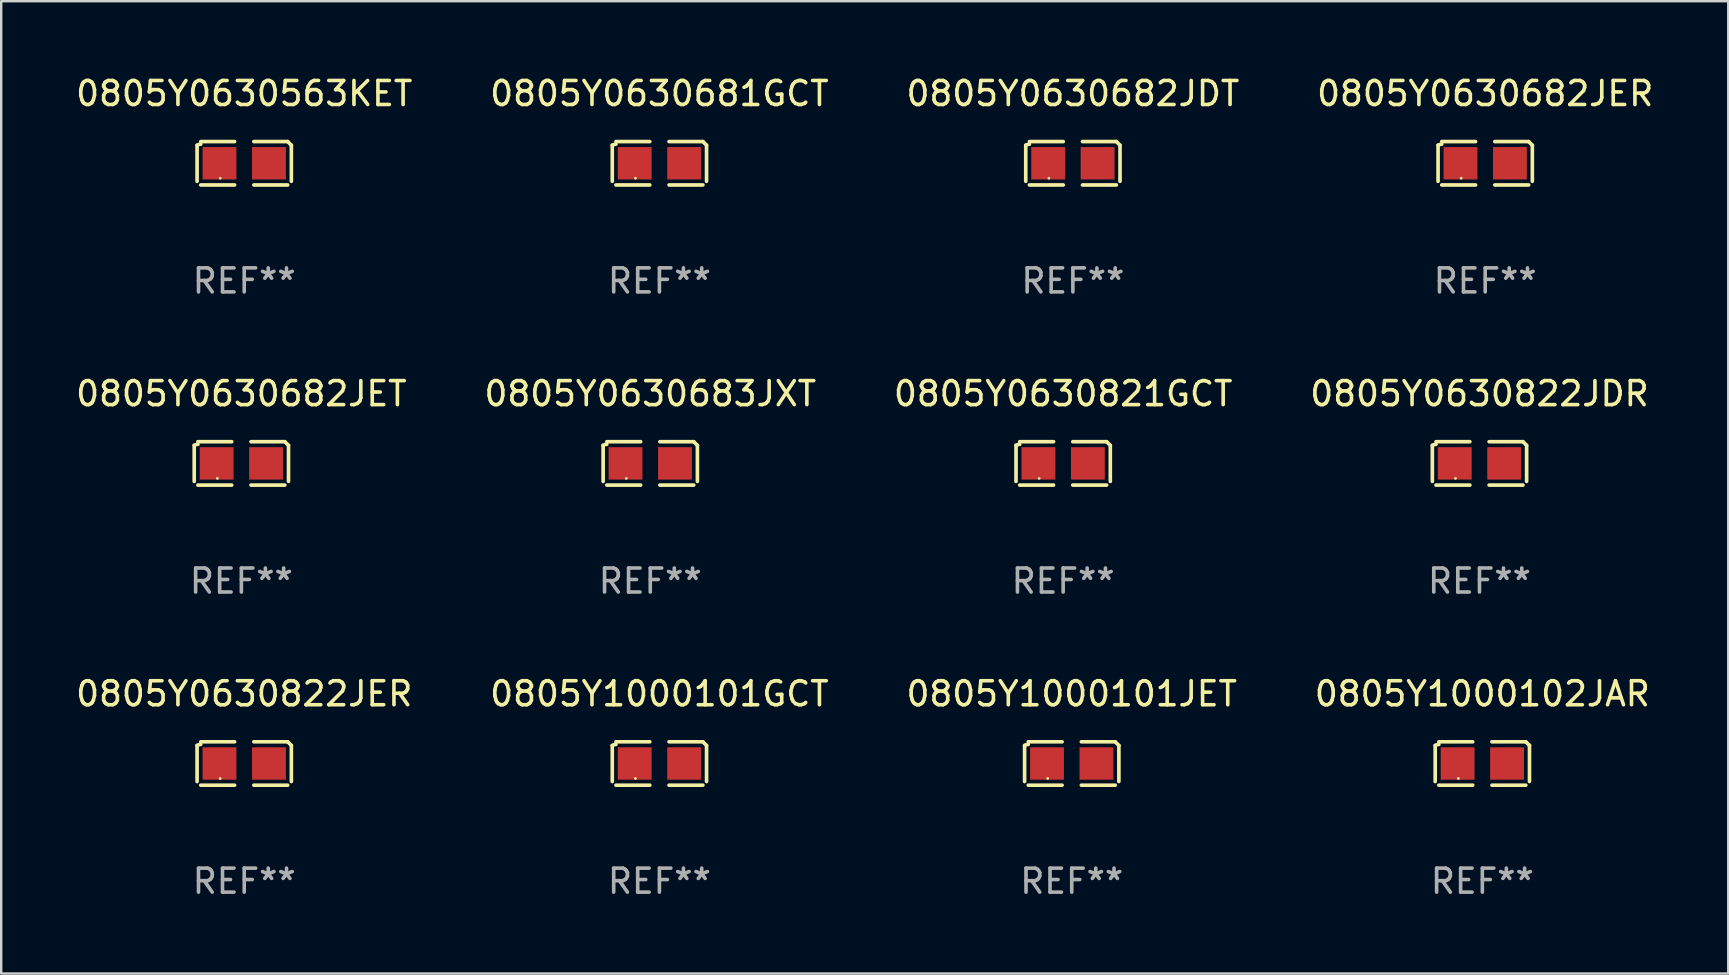
<source format=kicad_pcb>
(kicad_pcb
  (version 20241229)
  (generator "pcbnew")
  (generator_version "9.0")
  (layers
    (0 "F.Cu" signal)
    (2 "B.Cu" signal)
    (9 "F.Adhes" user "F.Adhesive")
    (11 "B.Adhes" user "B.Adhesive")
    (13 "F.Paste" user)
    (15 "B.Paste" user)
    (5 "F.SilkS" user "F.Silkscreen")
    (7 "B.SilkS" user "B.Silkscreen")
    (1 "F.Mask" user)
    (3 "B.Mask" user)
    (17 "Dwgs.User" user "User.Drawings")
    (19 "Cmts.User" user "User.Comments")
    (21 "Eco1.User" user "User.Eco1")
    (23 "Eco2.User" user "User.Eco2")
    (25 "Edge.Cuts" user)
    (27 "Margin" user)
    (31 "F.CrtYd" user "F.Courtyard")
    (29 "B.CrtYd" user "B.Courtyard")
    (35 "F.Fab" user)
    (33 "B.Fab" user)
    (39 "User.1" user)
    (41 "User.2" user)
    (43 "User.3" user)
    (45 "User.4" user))
  (footprint "0805Y0630683JXT"
    (layer "F.Cu")
    (at 24.042 16.256)
    (property "Reference" "0805Y0630683JXT" (at 0 -2.904 0) (layer "F.SilkS") (effects (font (size 1 1) (thickness 0.15))))
    (attr through_hole)
    (fp_line (start -1.964 0.751) (end -1.964 -0.751) (stroke (width 0.152) (type solid)) (layer "F.SilkS"))
    (fp_line (start -1.811 -0.904) (end -0.401 -0.904) (stroke (width 0.152) (type solid)) (layer "F.SilkS"))
    (fp_line (start -0.401 0.904) (end -1.811 0.904) (stroke (width 0.152) (type solid)) (layer "F.SilkS"))
    (fp_line (start 0.401 0.904) (end 1.811 0.904) (stroke (width 0.152) (type solid)) (layer "F.SilkS"))
    (fp_line (start 1.811 -0.904) (end 0.401 -0.904) (stroke (width 0.152) (type solid)) (layer "F.SilkS"))
    (fp_line (start 1.964 0.751) (end 1.964 -0.751) (stroke (width 0.152) (type solid)) (layer "F.SilkS"))
    (fp_arc (start -1.963602 -0.751207) (mid -1.890354 -0.783131) (end -1.811201 -0.794044) (stroke (width 0.1524) (type solid)) (layer "F.SilkS"))
    (fp_arc (start 1.811202 -0.903607) (mid 1.887413 -0.827418) (end 1.963602 -0.751207) (stroke (width 0.1524) (type solid)) (layer "F.SilkS"))
    (fp_circle (center -1 0.625) (end -0.97 0.625) (stroke (width 0.06) (type solid)) (fill no) (layer "F.SilkS"))
    (fp_text user "REF**" (at 0 4.904 0) (layer "F.Fab") (effects (font (size 1 1) (thickness 0.15))))
    (pad "1" smd rect (at -1.03 0) (size 1.41 1.35) (layers "F.Cu" "F.Mask" "F.Paste"))
    (pad "2" smd rect (at 1.03 0) (size 1.41 1.35) (layers "F.Cu" "F.Mask" "F.Paste")))
  (footprint "0805Y0630822JER"
    (layer "F.Cu")
    (at 7.125 28.759)
    (property "Reference" "0805Y0630822JER" (at 0 -2.904 0) (layer "F.SilkS") (effects (font (size 1 1) (thickness 0.15))))
    (attr through_hole)
    (fp_line (start -1.964 0.751) (end -1.964 -0.751) (stroke (width 0.152) (type solid)) (layer "F.SilkS"))
    (fp_line (start -1.811 -0.904) (end -0.401 -0.904) (stroke (width 0.152) (type solid)) (layer "F.SilkS"))
    (fp_line (start -0.401 0.904) (end -1.811 0.904) (stroke (width 0.152) (type solid)) (layer "F.SilkS"))
    (fp_line (start 0.401 0.904) (end 1.811 0.904) (stroke (width 0.152) (type solid)) (layer "F.SilkS"))
    (fp_line (start 1.811 -0.904) (end 0.401 -0.904) (stroke (width 0.152) (type solid)) (layer "F.SilkS"))
    (fp_line (start 1.964 0.751) (end 1.964 -0.751) (stroke (width 0.152) (type solid)) (layer "F.SilkS"))
    (fp_arc (start -1.963602 -0.751207) (mid -1.890354 -0.783131) (end -1.811201 -0.794044) (stroke (width 0.1524) (type solid)) (layer "F.SilkS"))
    (fp_arc (start 1.811202 -0.903607) (mid 1.887413 -0.827418) (end 1.963602 -0.751207) (stroke (width 0.1524) (type solid)) (layer "F.SilkS"))
    (fp_circle (center -1 0.625) (end -0.97 0.625) (stroke (width 0.06) (type solid)) (fill no) (layer "F.SilkS"))
    (fp_text user "REF**" (at 0 4.904 0) (layer "F.Fab") (effects (font (size 1 1) (thickness 0.15))))
    (pad "1" smd rect (at -1.03 0) (size 1.41 1.35) (layers "F.Cu" "F.Mask" "F.Paste"))
    (pad "2" smd rect (at 1.03 0) (size 1.41 1.35) (layers "F.Cu" "F.Mask" "F.Paste")))
  (footprint "0805Y0630563KET"
    (layer "F.Cu")
    (at 7.125 3.752)
    (property "Reference" "0805Y0630563KET" (at 0 -2.904 0) (layer "F.SilkS") (effects (font (size 1 1) (thickness 0.15))))
    (attr through_hole)
    (fp_line (start -1.964 0.751) (end -1.964 -0.751) (stroke (width 0.152) (type solid)) (layer "F.SilkS"))
    (fp_line (start -1.811 -0.904) (end -0.401 -0.904) (stroke (width 0.152) (type solid)) (layer "F.SilkS"))
    (fp_line (start -0.401 0.904) (end -1.811 0.904) (stroke (width 0.152) (type solid)) (layer "F.SilkS"))
    (fp_line (start 0.401 0.904) (end 1.811 0.904) (stroke (width 0.152) (type solid)) (layer "F.SilkS"))
    (fp_line (start 1.811 -0.904) (end 0.401 -0.904) (stroke (width 0.152) (type solid)) (layer "F.SilkS"))
    (fp_line (start 1.964 0.751) (end 1.964 -0.751) (stroke (width 0.152) (type solid)) (layer "F.SilkS"))
    (fp_arc (start -1.963602 -0.751207) (mid -1.890354 -0.783131) (end -1.811201 -0.794044) (stroke (width 0.1524) (type solid)) (layer "F.SilkS"))
    (fp_arc (start 1.811202 -0.903607) (mid 1.887413 -0.827418) (end 1.963602 -0.751207) (stroke (width 0.1524) (type solid)) (layer "F.SilkS"))
    (fp_circle (center -1 0.625) (end -0.97 0.625) (stroke (width 0.06) (type solid)) (fill no) (layer "F.SilkS"))
    (fp_text user "REF**" (at 0 4.904 0) (layer "F.Fab") (effects (font (size 1 1) (thickness 0.15))))
    (pad "1" smd rect (at -1.03 0) (size 1.41 1.35) (layers "F.Cu" "F.Mask" "F.Paste"))
    (pad "2" smd rect (at 1.03 0) (size 1.41 1.35) (layers "F.Cu" "F.Mask" "F.Paste")))
  (footprint "0805Y0630682JDT"
    (layer "F.Cu")
    (at 41.649 3.752)
    (property "Reference" "0805Y0630682JDT" (at 0 -2.904 0) (layer "F.SilkS") (effects (font (size 1 1) (thickness 0.15))))
    (attr through_hole)
    (fp_line (start -1.964 0.751) (end -1.964 -0.751) (stroke (width 0.152) (type solid)) (layer "F.SilkS"))
    (fp_line (start -1.811 -0.904) (end -0.401 -0.904) (stroke (width 0.152) (type solid)) (layer "F.SilkS"))
    (fp_line (start -0.401 0.904) (end -1.811 0.904) (stroke (width 0.152) (type solid)) (layer "F.SilkS"))
    (fp_line (start 0.401 0.904) (end 1.811 0.904) (stroke (width 0.152) (type solid)) (layer "F.SilkS"))
    (fp_line (start 1.811 -0.904) (end 0.401 -0.904) (stroke (width 0.152) (type solid)) (layer "F.SilkS"))
    (fp_line (start 1.964 0.751) (end 1.964 -0.751) (stroke (width 0.152) (type solid)) (layer "F.SilkS"))
    (fp_arc (start -1.963602 -0.751207) (mid -1.890354 -0.783131) (end -1.811201 -0.794044) (stroke (width 0.1524) (type solid)) (layer "F.SilkS"))
    (fp_arc (start 1.811202 -0.903607) (mid 1.887413 -0.827418) (end 1.963602 -0.751207) (stroke (width 0.1524) (type solid)) (layer "F.SilkS"))
    (fp_circle (center -1 0.625) (end -0.97 0.625) (stroke (width 0.06) (type solid)) (fill no) (layer "F.SilkS"))
    (fp_text user "REF**" (at 0 4.904 0) (layer "F.Fab") (effects (font (size 1 1) (thickness 0.15))))
    (pad "1" smd rect (at -1.03 0) (size 1.41 1.35) (layers "F.Cu" "F.Mask" "F.Paste"))
    (pad "2" smd rect (at 1.03 0) (size 1.41 1.35) (layers "F.Cu" "F.Mask" "F.Paste")))
  (footprint "0805Y0630682JER"
    (layer "F.Cu")
    (at 58.827 3.752)
    (property "Reference" "0805Y0630682JER" (at 0 -2.904 0) (layer "F.SilkS") (effects (font (size 1 1) (thickness 0.15))))
    (attr through_hole)
    (fp_line (start -1.964 0.751) (end -1.964 -0.751) (stroke (width 0.152) (type solid)) (layer "F.SilkS"))
    (fp_line (start -1.811 -0.904) (end -0.401 -0.904) (stroke (width 0.152) (type solid)) (layer "F.SilkS"))
    (fp_line (start -0.401 0.904) (end -1.811 0.904) (stroke (width 0.152) (type solid)) (layer "F.SilkS"))
    (fp_line (start 0.401 0.904) (end 1.811 0.904) (stroke (width 0.152) (type solid)) (layer "F.SilkS"))
    (fp_line (start 1.811 -0.904) (end 0.401 -0.904) (stroke (width 0.152) (type solid)) (layer "F.SilkS"))
    (fp_line (start 1.964 0.751) (end 1.964 -0.751) (stroke (width 0.152) (type solid)) (layer "F.SilkS"))
    (fp_arc (start -1.963602 -0.751207) (mid -1.890354 -0.783131) (end -1.811201 -0.794044) (stroke (width 0.1524) (type solid)) (layer "F.SilkS"))
    (fp_arc (start 1.811202 -0.903607) (mid 1.887413 -0.827418) (end 1.963602 -0.751207) (stroke (width 0.1524) (type solid)) (layer "F.SilkS"))
    (fp_circle (center -1 0.625) (end -0.97 0.625) (stroke (width 0.06) (type solid)) (fill no) (layer "F.SilkS"))
    (fp_text user "REF**" (at 0 4.904 0) (layer "F.Fab") (effects (font (size 1 1) (thickness 0.15))))
    (pad "1" smd rect (at -1.03 0) (size 1.41 1.35) (layers "F.Cu" "F.Mask" "F.Paste"))
    (pad "2" smd rect (at 1.03 0) (size 1.41 1.35) (layers "F.Cu" "F.Mask" "F.Paste")))
  (footprint "0805Y0630681GCT"
    (layer "F.Cu")
    (at 24.423 3.752)
    (property "Reference" "0805Y0630681GCT" (at 0 -2.904 0) (layer "F.SilkS") (effects (font (size 1 1) (thickness 0.15))))
    (attr through_hole)
    (fp_line (start -1.964 0.751) (end -1.964 -0.751) (stroke (width 0.152) (type solid)) (layer "F.SilkS"))
    (fp_line (start -1.811 -0.904) (end -0.401 -0.904) (stroke (width 0.152) (type solid)) (layer "F.SilkS"))
    (fp_line (start -0.401 0.904) (end -1.811 0.904) (stroke (width 0.152) (type solid)) (layer "F.SilkS"))
    (fp_line (start 0.401 0.904) (end 1.811 0.904) (stroke (width 0.152) (type solid)) (layer "F.SilkS"))
    (fp_line (start 1.811 -0.904) (end 0.401 -0.904) (stroke (width 0.152) (type solid)) (layer "F.SilkS"))
    (fp_line (start 1.964 0.751) (end 1.964 -0.751) (stroke (width 0.152) (type solid)) (layer "F.SilkS"))
    (fp_arc (start -1.963602 -0.751207) (mid -1.890354 -0.783131) (end -1.811201 -0.794044) (stroke (width 0.1524) (type solid)) (layer "F.SilkS"))
    (fp_arc (start 1.811202 -0.903607) (mid 1.887413 -0.827418) (end 1.963602 -0.751207) (stroke (width 0.1524) (type solid)) (layer "F.SilkS"))
    (fp_circle (center -1 0.625) (end -0.97 0.625) (stroke (width 0.06) (type solid)) (fill no) (layer "F.SilkS"))
    (fp_text user "REF**" (at 0 4.904 0) (layer "F.Fab") (effects (font (size 1 1) (thickness 0.15))))
    (pad "1" smd rect (at -1.03 0) (size 1.41 1.35) (layers "F.Cu" "F.Mask" "F.Paste"))
    (pad "2" smd rect (at 1.03 0) (size 1.41 1.35) (layers "F.Cu" "F.Mask" "F.Paste")))
  (footprint "0805Y1000102JAR"
    (layer "F.Cu")
    (at 58.708 28.759)
    (property "Reference" "0805Y1000102JAR" (at 0 -2.904 0) (layer "F.SilkS") (effects (font (size 1 1) (thickness 0.15))))
    (attr through_hole)
    (fp_line (start -1.964 0.751) (end -1.964 -0.751) (stroke (width 0.152) (type solid)) (layer "F.SilkS"))
    (fp_line (start -1.811 -0.904) (end -0.401 -0.904) (stroke (width 0.152) (type solid)) (layer "F.SilkS"))
    (fp_line (start -0.401 0.904) (end -1.811 0.904) (stroke (width 0.152) (type solid)) (layer "F.SilkS"))
    (fp_line (start 0.401 0.904) (end 1.811 0.904) (stroke (width 0.152) (type solid)) (layer "F.SilkS"))
    (fp_line (start 1.811 -0.904) (end 0.401 -0.904) (stroke (width 0.152) (type solid)) (layer "F.SilkS"))
    (fp_line (start 1.964 0.751) (end 1.964 -0.751) (stroke (width 0.152) (type solid)) (layer "F.SilkS"))
    (fp_arc (start -1.963602 -0.751207) (mid -1.890354 -0.783131) (end -1.811201 -0.794044) (stroke (width 0.1524) (type solid)) (layer "F.SilkS"))
    (fp_arc (start 1.811202 -0.903607) (mid 1.887413 -0.827418) (end 1.963602 -0.751207) (stroke (width 0.1524) (type solid)) (layer "F.SilkS"))
    (fp_circle (center -1 0.625) (end -0.97 0.625) (stroke (width 0.06) (type solid)) (fill no) (layer "F.SilkS"))
    (fp_text user "REF**" (at 0 4.904 0) (layer "F.Fab") (effects (font (size 1 1) (thickness 0.15))))
    (pad "1" smd rect (at -1.03 0) (size 1.41 1.35) (layers "F.Cu" "F.Mask" "F.Paste"))
    (pad "2" smd rect (at 1.03 0) (size 1.41 1.35) (layers "F.Cu" "F.Mask" "F.Paste")))
  (footprint "0805Y0630822JDR"
    (layer "F.Cu")
    (at 58.589 16.256)
    (property "Reference" "0805Y0630822JDR" (at 0 -2.904 0) (layer "F.SilkS") (effects (font (size 1 1) (thickness 0.15))))
    (attr through_hole)
    (fp_line (start -1.964 0.751) (end -1.964 -0.751) (stroke (width 0.152) (type solid)) (layer "F.SilkS"))
    (fp_line (start -1.811 -0.904) (end -0.401 -0.904) (stroke (width 0.152) (type solid)) (layer "F.SilkS"))
    (fp_line (start -0.401 0.904) (end -1.811 0.904) (stroke (width 0.152) (type solid)) (layer "F.SilkS"))
    (fp_line (start 0.401 0.904) (end 1.811 0.904) (stroke (width 0.152) (type solid)) (layer "F.SilkS"))
    (fp_line (start 1.811 -0.904) (end 0.401 -0.904) (stroke (width 0.152) (type solid)) (layer "F.SilkS"))
    (fp_line (start 1.964 0.751) (end 1.964 -0.751) (stroke (width 0.152) (type solid)) (layer "F.SilkS"))
    (fp_arc (start -1.963602 -0.751207) (mid -1.890354 -0.783131) (end -1.811201 -0.794044) (stroke (width 0.1524) (type solid)) (layer "F.SilkS"))
    (fp_arc (start 1.811202 -0.903607) (mid 1.887413 -0.827418) (end 1.963602 -0.751207) (stroke (width 0.1524) (type solid)) (layer "F.SilkS"))
    (fp_circle (center -1 0.625) (end -0.97 0.625) (stroke (width 0.06) (type solid)) (fill no) (layer "F.SilkS"))
    (fp_text user "REF**" (at 0 4.904 0) (layer "F.Fab") (effects (font (size 1 1) (thickness 0.15))))
    (pad "1" smd rect (at -1.03 0) (size 1.41 1.35) (layers "F.Cu" "F.Mask" "F.Paste"))
    (pad "2" smd rect (at 1.03 0) (size 1.41 1.35) (layers "F.Cu" "F.Mask" "F.Paste")))
  (footprint "0805Y1000101GCT"
    (layer "F.Cu")
    (at 24.423 28.759)
    (property "Reference" "0805Y1000101GCT" (at 0 -2.904 0) (layer "F.SilkS") (effects (font (size 1 1) (thickness 0.15))))
    (attr through_hole)
    (fp_line (start -1.964 0.751) (end -1.964 -0.751) (stroke (width 0.152) (type solid)) (layer "F.SilkS"))
    (fp_line (start -1.811 -0.904) (end -0.401 -0.904) (stroke (width 0.152) (type solid)) (layer "F.SilkS"))
    (fp_line (start -0.401 0.904) (end -1.811 0.904) (stroke (width 0.152) (type solid)) (layer "F.SilkS"))
    (fp_line (start 0.401 0.904) (end 1.811 0.904) (stroke (width 0.152) (type solid)) (layer "F.SilkS"))
    (fp_line (start 1.811 -0.904) (end 0.401 -0.904) (stroke (width 0.152) (type solid)) (layer "F.SilkS"))
    (fp_line (start 1.964 0.751) (end 1.964 -0.751) (stroke (width 0.152) (type solid)) (layer "F.SilkS"))
    (fp_arc (start -1.963602 -0.751207) (mid -1.890354 -0.783131) (end -1.811201 -0.794044) (stroke (width 0.1524) (type solid)) (layer "F.SilkS"))
    (fp_arc (start 1.811202 -0.903607) (mid 1.887413 -0.827418) (end 1.963602 -0.751207) (stroke (width 0.1524) (type solid)) (layer "F.SilkS"))
    (fp_circle (center -1 0.625) (end -0.97 0.625) (stroke (width 0.06) (type solid)) (fill no) (layer "F.SilkS"))
    (fp_text user "REF**" (at 0 4.904 0) (layer "F.Fab") (effects (font (size 1 1) (thickness 0.15))))
    (pad "1" smd rect (at -1.03 0) (size 1.41 1.35) (layers "F.Cu" "F.Mask" "F.Paste"))
    (pad "2" smd rect (at 1.03 0) (size 1.41 1.35) (layers "F.Cu" "F.Mask" "F.Paste")))
  (footprint "0805Y0630682JET"
    (layer "F.Cu")
    (at 7.006 16.256)
    (property "Reference" "0805Y0630682JET" (at 0 -2.904 0) (layer "F.SilkS") (effects (font (size 1 1) (thickness 0.15))))
    (attr through_hole)
    (fp_line (start -1.964 0.751) (end -1.964 -0.751) (stroke (width 0.152) (type solid)) (layer "F.SilkS"))
    (fp_line (start -1.811 -0.904) (end -0.401 -0.904) (stroke (width 0.152) (type solid)) (layer "F.SilkS"))
    (fp_line (start -0.401 0.904) (end -1.811 0.904) (stroke (width 0.152) (type solid)) (layer "F.SilkS"))
    (fp_line (start 0.401 0.904) (end 1.811 0.904) (stroke (width 0.152) (type solid)) (layer "F.SilkS"))
    (fp_line (start 1.811 -0.904) (end 0.401 -0.904) (stroke (width 0.152) (type solid)) (layer "F.SilkS"))
    (fp_line (start 1.964 0.751) (end 1.964 -0.751) (stroke (width 0.152) (type solid)) (layer "F.SilkS"))
    (fp_arc (start -1.963602 -0.751207) (mid -1.890354 -0.783131) (end -1.811201 -0.794044) (stroke (width 0.1524) (type solid)) (layer "F.SilkS"))
    (fp_arc (start 1.811202 -0.903607) (mid 1.887413 -0.827418) (end 1.963602 -0.751207) (stroke (width 0.1524) (type solid)) (layer "F.SilkS"))
    (fp_circle (center -1 0.625) (end -0.97 0.625) (stroke (width 0.06) (type solid)) (fill no) (layer "F.SilkS"))
    (fp_text user "REF**" (at 0 4.904 0) (layer "F.Fab") (effects (font (size 1 1) (thickness 0.15))))
    (pad "1" smd rect (at -1.03 0) (size 1.41 1.35) (layers "F.Cu" "F.Mask" "F.Paste"))
    (pad "2" smd rect (at 1.03 0) (size 1.41 1.35) (layers "F.Cu" "F.Mask" "F.Paste")))
  (footprint "0805Y0630821GCT"
    (layer "F.Cu")
    (at 41.244 16.256)
    (property "Reference" "0805Y0630821GCT" (at 0 -2.904 0) (layer "F.SilkS") (effects (font (size 1 1) (thickness 0.15))))
    (attr through_hole)
    (fp_line (start -1.964 0.751) (end -1.964 -0.751) (stroke (width 0.152) (type solid)) (layer "F.SilkS"))
    (fp_line (start -1.811 -0.904) (end -0.401 -0.904) (stroke (width 0.152) (type solid)) (layer "F.SilkS"))
    (fp_line (start -0.401 0.904) (end -1.811 0.904) (stroke (width 0.152) (type solid)) (layer "F.SilkS"))
    (fp_line (start 0.401 0.904) (end 1.811 0.904) (stroke (width 0.152) (type solid)) (layer "F.SilkS"))
    (fp_line (start 1.811 -0.904) (end 0.401 -0.904) (stroke (width 0.152) (type solid)) (layer "F.SilkS"))
    (fp_line (start 1.964 0.751) (end 1.964 -0.751) (stroke (width 0.152) (type solid)) (layer "F.SilkS"))
    (fp_arc (start -1.963602 -0.751207) (mid -1.890354 -0.783131) (end -1.811201 -0.794044) (stroke (width 0.1524) (type solid)) (layer "F.SilkS"))
    (fp_arc (start 1.811202 -0.903607) (mid 1.887413 -0.827418) (end 1.963602 -0.751207) (stroke (width 0.1524) (type solid)) (layer "F.SilkS"))
    (fp_circle (center -1 0.625) (end -0.97 0.625) (stroke (width 0.06) (type solid)) (fill no) (layer "F.SilkS"))
    (fp_text user "REF**" (at 0 4.904 0) (layer "F.Fab") (effects (font (size 1 1) (thickness 0.15))))
    (pad "1" smd rect (at -1.03 0) (size 1.41 1.35) (layers "F.Cu" "F.Mask" "F.Paste"))
    (pad "2" smd rect (at 1.03 0) (size 1.41 1.35) (layers "F.Cu" "F.Mask" "F.Paste")))
  (footprint "0805Y1000101JET"
    (layer "F.Cu")
    (at 41.601 28.759)
    (property "Reference" "0805Y1000101JET" (at 0 -2.904 0) (layer "F.SilkS") (effects (font (size 1 1) (thickness 0.15))))
    (attr through_hole)
    (fp_line (start -1.964 0.751) (end -1.964 -0.751) (stroke (width 0.152) (type solid)) (layer "F.SilkS"))
    (fp_line (start -1.811 -0.904) (end -0.401 -0.904) (stroke (width 0.152) (type solid)) (layer "F.SilkS"))
    (fp_line (start -0.401 0.904) (end -1.811 0.904) (stroke (width 0.152) (type solid)) (layer "F.SilkS"))
    (fp_line (start 0.401 0.904) (end 1.811 0.904) (stroke (width 0.152) (type solid)) (layer "F.SilkS"))
    (fp_line (start 1.811 -0.904) (end 0.401 -0.904) (stroke (width 0.152) (type solid)) (layer "F.SilkS"))
    (fp_line (start 1.964 0.751) (end 1.964 -0.751) (stroke (width 0.152) (type solid)) (layer "F.SilkS"))
    (fp_arc (start -1.963602 -0.751207) (mid -1.890354 -0.783131) (end -1.811201 -0.794044) (stroke (width 0.1524) (type solid)) (layer "F.SilkS"))
    (fp_arc (start 1.811202 -0.903607) (mid 1.887413 -0.827418) (end 1.963602 -0.751207) (stroke (width 0.1524) (type solid)) (layer "F.SilkS"))
    (fp_circle (center -1 0.625) (end -0.97 0.625) (stroke (width 0.06) (type solid)) (fill no) (layer "F.SilkS"))
    (fp_text user "REF**" (at 0 4.904 0) (layer "F.Fab") (effects (font (size 1 1) (thickness 0.15))))
    (pad "1" smd rect (at -1.03 0) (size 1.41 1.35) (layers "F.Cu" "F.Mask" "F.Paste"))
    (pad "2" smd rect (at 1.03 0) (size 1.41 1.35) (layers "F.Cu" "F.Mask" "F.Paste")))
  (gr_rect
    (start -3 -3)
    (end 68.952 37.511)
    (stroke (width 0.1) (type default))
    (fill no)
    (layer "Edge.Cuts")))
</source>
